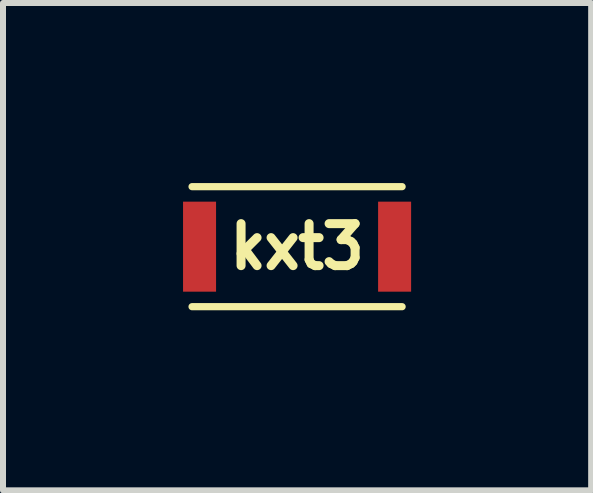
<source format=kicad_pcb>
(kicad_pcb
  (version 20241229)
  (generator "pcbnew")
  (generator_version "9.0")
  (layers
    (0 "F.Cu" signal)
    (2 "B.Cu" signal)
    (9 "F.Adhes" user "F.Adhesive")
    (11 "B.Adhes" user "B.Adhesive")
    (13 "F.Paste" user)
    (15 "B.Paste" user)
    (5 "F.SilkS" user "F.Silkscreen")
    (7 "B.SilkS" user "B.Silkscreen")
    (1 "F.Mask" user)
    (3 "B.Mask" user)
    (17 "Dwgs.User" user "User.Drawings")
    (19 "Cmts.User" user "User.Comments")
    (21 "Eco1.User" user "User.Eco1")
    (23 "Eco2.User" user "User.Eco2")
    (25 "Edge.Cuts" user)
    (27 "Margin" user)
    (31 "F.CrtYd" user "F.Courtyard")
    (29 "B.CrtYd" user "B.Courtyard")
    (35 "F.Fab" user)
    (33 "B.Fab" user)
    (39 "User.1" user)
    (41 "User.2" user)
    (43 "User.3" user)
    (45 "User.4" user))
  (footprint "kxt3"
    (layer "F.Cu")
    (at 1.9 1.06)
    (property "Reference" "kxt3" (at 0 0 0) (layer "F.SilkS") (effects (font (size 0.7 0.7) (thickness 0.15))))
    (attr through_hole)
    (fp_line (start -1.75 -1) (end 1.75 -1) (stroke (width 0.12) (type solid)) (layer "F.SilkS"))
    (fp_line (start 1.75 1) (end -1.75 1) (stroke (width 0.12) (type solid)) (layer "F.SilkS"))
    (pad "1" smd rect (at -1.625 0) (size 0.55 1.5) (layers "F.Cu" "F.Mask" "F.Paste"))
    (pad "2" smd rect (at 1.625 0) (size 0.55 1.5) (layers "F.Cu" "F.Mask" "F.Paste")))
  (gr_rect
    (start -3 -3)
    (end 6.8 5.12)
    (stroke (width 0.1) (type default))
    (fill no)
    (layer "Edge.Cuts")))
</source>
